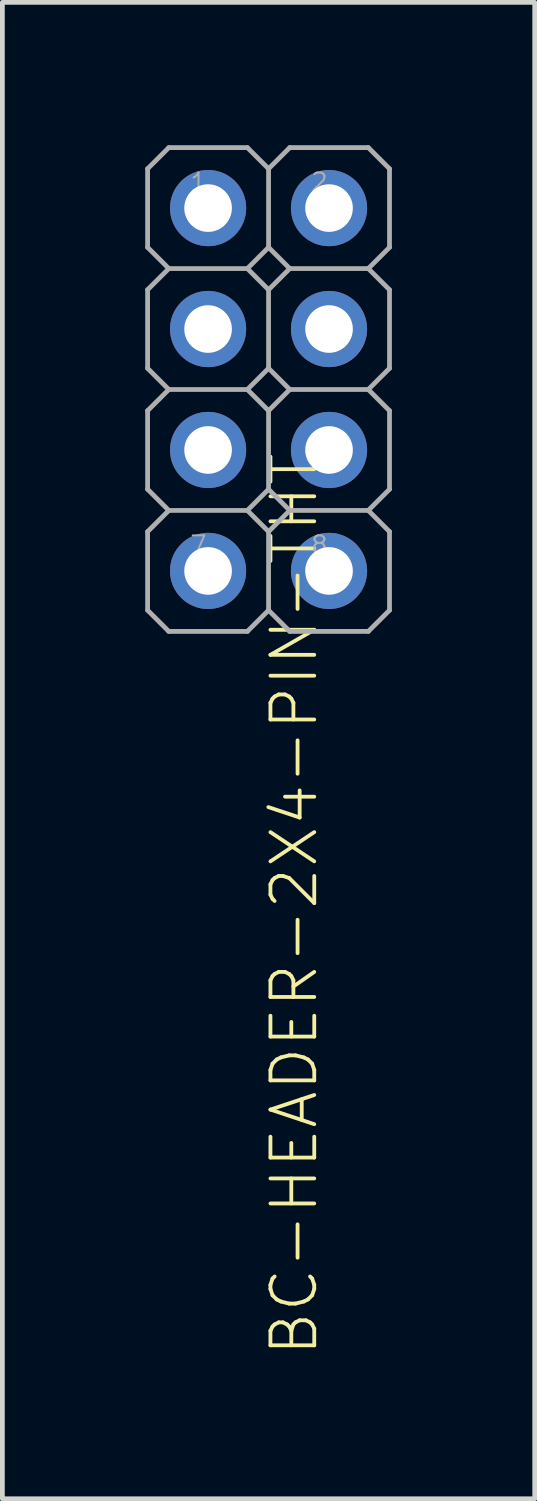
<source format=kicad_pcb>
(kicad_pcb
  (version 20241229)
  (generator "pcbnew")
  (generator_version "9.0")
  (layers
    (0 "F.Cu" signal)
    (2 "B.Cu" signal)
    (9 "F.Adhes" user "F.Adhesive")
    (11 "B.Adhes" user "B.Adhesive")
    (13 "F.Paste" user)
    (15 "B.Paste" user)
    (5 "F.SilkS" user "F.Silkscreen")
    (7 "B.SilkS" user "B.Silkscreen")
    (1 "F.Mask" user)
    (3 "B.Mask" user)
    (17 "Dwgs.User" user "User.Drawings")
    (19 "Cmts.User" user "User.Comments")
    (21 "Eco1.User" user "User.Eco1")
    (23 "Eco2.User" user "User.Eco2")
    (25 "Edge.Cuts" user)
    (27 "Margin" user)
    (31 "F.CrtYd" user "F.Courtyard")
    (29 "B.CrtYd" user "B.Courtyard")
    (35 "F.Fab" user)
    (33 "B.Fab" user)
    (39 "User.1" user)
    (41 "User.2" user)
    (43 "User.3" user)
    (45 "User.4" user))
  (footprint "BC-HEADER-2X4-PIN-THT"
    (layer "F.Cu")
    (at 2.59 5.13)
    (property "Reference" "BC-HEADER-2X4-PIN-THT" (at 0 1.27 90) (unlocked yes) (layer "F.SilkS") (effects (font (size 0.92 0.92) (thickness 0.08)) (justify right top)))
    (fp_line (start -2.54 -4.636) (end -2.54 -2.985) (stroke (width 0.1) (type solid)) (layer "F.Fab"))
    (fp_line (start -2.54 -2.985) (end -2.095 -2.54) (stroke (width 0.1) (type solid)) (layer "F.Fab"))
    (fp_line (start -2.54 -2.095) (end -2.54 -0.445) (stroke (width 0.1) (type solid)) (layer "F.Fab"))
    (fp_line (start -2.54 -0.445) (end -2.095 0) (stroke (width 0.1) (type solid)) (layer "F.Fab"))
    (fp_line (start -2.54 0.445) (end -2.54 2.095) (stroke (width 0.1) (type solid)) (layer "F.Fab"))
    (fp_line (start -2.54 2.095) (end -2.095 2.54) (stroke (width 0.1) (type solid)) (layer "F.Fab"))
    (fp_line (start -2.54 2.985) (end -2.54 4.636) (stroke (width 0.1) (type solid)) (layer "F.Fab"))
    (fp_line (start -2.54 4.636) (end -2.095 5.08) (stroke (width 0.1) (type solid)) (layer "F.Fab"))
    (fp_line (start -2.095 -5.08) (end -2.54 -4.636) (stroke (width 0.1) (type solid)) (layer "F.Fab"))
    (fp_line (start -2.095 -5.08) (end -0.445 -5.08) (stroke (width 0.1) (type solid)) (layer "F.Fab"))
    (fp_line (start -2.095 -2.54) (end -2.54 -2.095) (stroke (width 0.1) (type solid)) (layer "F.Fab"))
    (fp_line (start -2.095 -2.54) (end -0.445 -2.54) (stroke (width 0.1) (type solid)) (layer "F.Fab"))
    (fp_line (start -2.095 0) (end -2.54 0.445) (stroke (width 0.1) (type solid)) (layer "F.Fab"))
    (fp_line (start -2.095 0) (end -0.445 0) (stroke (width 0.1) (type solid)) (layer "F.Fab"))
    (fp_line (start -2.095 2.54) (end -2.54 2.985) (stroke (width 0.1) (type solid)) (layer "F.Fab"))
    (fp_line (start -2.095 2.54) (end -0.445 2.54) (stroke (width 0.1) (type solid)) (layer "F.Fab"))
    (fp_line (start -2.095 5.08) (end -0.445 5.08) (stroke (width 0.1) (type solid)) (layer "F.Fab"))
    (fp_line (start -1.58 -4.12) (end -1.58 -3.5) (stroke (width 0.1) (type solid)) (layer "F.Fab"))
    (fp_line (start -1.58 -3.5) (end -0.96 -3.5) (stroke (width 0.1) (type solid)) (layer "F.Fab"))
    (fp_line (start -1.58 -1.58) (end -1.58 -0.96) (stroke (width 0.1) (type solid)) (layer "F.Fab"))
    (fp_line (start -1.58 -0.96) (end -0.96 -0.96) (stroke (width 0.1) (type solid)) (layer "F.Fab"))
    (fp_line (start -1.58 0.96) (end -1.58 1.58) (stroke (width 0.1) (type solid)) (layer "F.Fab"))
    (fp_line (start -1.58 1.58) (end -0.96 1.58) (stroke (width 0.1) (type solid)) (layer "F.Fab"))
    (fp_line (start -1.58 3.5) (end -1.58 4.12) (stroke (width 0.1) (type solid)) (layer "F.Fab"))
    (fp_line (start -1.58 4.12) (end -0.96 4.12) (stroke (width 0.1) (type solid)) (layer "F.Fab"))
    (fp_line (start -0.96 -4.12) (end -1.58 -4.12) (stroke (width 0.1) (type solid)) (layer "F.Fab"))
    (fp_line (start -0.96 -3.5) (end -0.96 -4.12) (stroke (width 0.1) (type solid)) (layer "F.Fab"))
    (fp_line (start -0.96 -1.58) (end -1.58 -1.58) (stroke (width 0.1) (type solid)) (layer "F.Fab"))
    (fp_line (start -0.96 -0.96) (end -0.96 -1.58) (stroke (width 0.1) (type solid)) (layer "F.Fab"))
    (fp_line (start -0.96 0.96) (end -1.58 0.96) (stroke (width 0.1) (type solid)) (layer "F.Fab"))
    (fp_line (start -0.96 1.58) (end -0.96 0.96) (stroke (width 0.1) (type solid)) (layer "F.Fab"))
    (fp_line (start -0.96 3.5) (end -1.58 3.5) (stroke (width 0.1) (type solid)) (layer "F.Fab"))
    (fp_line (start -0.96 4.12) (end -0.96 3.5) (stroke (width 0.1) (type solid)) (layer "F.Fab"))
    (fp_line (start -0.445 -2.54) (end 0 -2.985) (stroke (width 0.1) (type solid)) (layer "F.Fab"))
    (fp_line (start -0.445 0) (end 0 -0.445) (stroke (width 0.1) (type solid)) (layer "F.Fab"))
    (fp_line (start -0.445 2.54) (end 0 2.095) (stroke (width 0.1) (type solid)) (layer "F.Fab"))
    (fp_line (start -0.445 5.08) (end 0 4.636) (stroke (width 0.1) (type solid)) (layer "F.Fab"))
    (fp_line (start 0 -4.636) (end -0.445 -5.08) (stroke (width 0.1) (type solid)) (layer "F.Fab"))
    (fp_line (start 0 -4.636) (end 0 -2.985) (stroke (width 0.1) (type solid)) (layer "F.Fab"))
    (fp_line (start 0 -2.985) (end 0.445 -2.54) (stroke (width 0.1) (type solid)) (layer "F.Fab"))
    (fp_line (start 0 -2.095) (end -0.445 -2.54) (stroke (width 0.1) (type solid)) (layer "F.Fab"))
    (fp_line (start 0 -2.095) (end 0 -0.445) (stroke (width 0.1) (type solid)) (layer "F.Fab"))
    (fp_line (start 0 -0.445) (end 0.445 0) (stroke (width 0.1) (type solid)) (layer "F.Fab"))
    (fp_line (start 0 0.445) (end -0.445 0) (stroke (width 0.1) (type solid)) (layer "F.Fab"))
    (fp_line (start 0 0.445) (end 0 2.095) (stroke (width 0.1) (type solid)) (layer "F.Fab"))
    (fp_line (start 0 2.095) (end 0.445 2.54) (stroke (width 0.1) (type solid)) (layer "F.Fab"))
    (fp_line (start 0 2.985) (end -0.445 2.54) (stroke (width 0.1) (type solid)) (layer "F.Fab"))
    (fp_line (start 0 2.985) (end 0 4.636) (stroke (width 0.1) (type solid)) (layer "F.Fab"))
    (fp_line (start 0 4.636) (end 0.445 5.08) (stroke (width 0.1) (type solid)) (layer "F.Fab"))
    (fp_line (start 0.445 -5.08) (end 0 -4.636) (stroke (width 0.1) (type solid)) (layer "F.Fab"))
    (fp_line (start 0.445 -5.08) (end 2.095 -5.08) (stroke (width 0.1) (type solid)) (layer "F.Fab"))
    (fp_line (start 0.445 -2.54) (end 0 -2.095) (stroke (width 0.1) (type solid)) (layer "F.Fab"))
    (fp_line (start 0.445 -2.54) (end 2.095 -2.54) (stroke (width 0.1) (type solid)) (layer "F.Fab"))
    (fp_line (start 0.445 0) (end 0 0.445) (stroke (width 0.1) (type solid)) (layer "F.Fab"))
    (fp_line (start 0.445 0) (end 2.095 0) (stroke (width 0.1) (type solid)) (layer "F.Fab"))
    (fp_line (start 0.445 2.54) (end 0 2.985) (stroke (width 0.1) (type solid)) (layer "F.Fab"))
    (fp_line (start 0.445 2.54) (end 2.095 2.54) (stroke (width 0.1) (type solid)) (layer "F.Fab"))
    (fp_line (start 0.445 5.08) (end 2.095 5.08) (stroke (width 0.1) (type solid)) (layer "F.Fab"))
    (fp_line (start 0.96 -4.12) (end 0.96 -3.5) (stroke (width 0.1) (type solid)) (layer "F.Fab"))
    (fp_line (start 0.96 -3.5) (end 1.58 -3.5) (stroke (width 0.1) (type solid)) (layer "F.Fab"))
    (fp_line (start 0.96 -1.58) (end 0.96 -0.96) (stroke (width 0.1) (type solid)) (layer "F.Fab"))
    (fp_line (start 0.96 -0.96) (end 1.58 -0.96) (stroke (width 0.1) (type solid)) (layer "F.Fab"))
    (fp_line (start 0.96 0.96) (end 0.96 1.58) (stroke (width 0.1) (type solid)) (layer "F.Fab"))
    (fp_line (start 0.96 1.58) (end 1.58 1.58) (stroke (width 0.1) (type solid)) (layer "F.Fab"))
    (fp_line (start 0.96 3.5) (end 0.96 4.12) (stroke (width 0.1) (type solid)) (layer "F.Fab"))
    (fp_line (start 0.96 4.12) (end 1.58 4.12) (stroke (width 0.1) (type solid)) (layer "F.Fab"))
    (fp_line (start 1.58 -4.12) (end 0.96 -4.12) (stroke (width 0.1) (type solid)) (layer "F.Fab"))
    (fp_line (start 1.58 -3.5) (end 1.58 -4.12) (stroke (width 0.1) (type solid)) (layer "F.Fab"))
    (fp_line (start 1.58 -1.58) (end 0.96 -1.58) (stroke (width 0.1) (type solid)) (layer "F.Fab"))
    (fp_line (start 1.58 -0.96) (end 1.58 -1.58) (stroke (width 0.1) (type solid)) (layer "F.Fab"))
    (fp_line (start 1.58 0.96) (end 0.96 0.96) (stroke (width 0.1) (type solid)) (layer "F.Fab"))
    (fp_line (start 1.58 1.58) (end 1.58 0.96) (stroke (width 0.1) (type solid)) (layer "F.Fab"))
    (fp_line (start 1.58 3.5) (end 0.96 3.5) (stroke (width 0.1) (type solid)) (layer "F.Fab"))
    (fp_line (start 1.58 4.12) (end 1.58 3.5) (stroke (width 0.1) (type solid)) (layer "F.Fab"))
    (fp_line (start 2.095 -2.54) (end 2.54 -2.985) (stroke (width 0.1) (type solid)) (layer "F.Fab"))
    (fp_line (start 2.095 0) (end 2.54 -0.445) (stroke (width 0.1) (type solid)) (layer "F.Fab"))
    (fp_line (start 2.095 2.54) (end 2.54 2.095) (stroke (width 0.1) (type solid)) (layer "F.Fab"))
    (fp_line (start 2.095 5.08) (end 2.54 4.636) (stroke (width 0.1) (type solid)) (layer "F.Fab"))
    (fp_line (start 2.54 -4.636) (end 2.095 -5.08) (stroke (width 0.1) (type solid)) (layer "F.Fab"))
    (fp_line (start 2.54 -2.985) (end 2.54 -4.636) (stroke (width 0.1) (type solid)) (layer "F.Fab"))
    (fp_line (start 2.54 -2.095) (end 2.095 -2.54) (stroke (width 0.1) (type solid)) (layer "F.Fab"))
    (fp_line (start 2.54 -0.445) (end 2.54 -2.095) (stroke (width 0.1) (type solid)) (layer "F.Fab"))
    (fp_line (start 2.54 0.445) (end 2.095 0) (stroke (width 0.1) (type solid)) (layer "F.Fab"))
    (fp_line (start 2.54 2.095) (end 2.54 0.445) (stroke (width 0.1) (type solid)) (layer "F.Fab"))
    (fp_line (start 2.54 2.985) (end 2.095 2.54) (stroke (width 0.1) (type solid)) (layer "F.Fab"))
    (fp_line (start 2.54 4.636) (end 2.54 2.985) (stroke (width 0.1) (type solid)) (layer "F.Fab"))
    (fp_text user "7" (at -1.27 3.048 0) (layer "F.Fab") (effects (font (size 0.366 0.366) (thickness 0.041)) (justify right top)))
    (fp_text user "2" (at 1.27 -4.572 0) (layer "F.Fab") (effects (font (size 0.366 0.366) (thickness 0.041)) (justify right top)))
    (fp_text user "1" (at -1.27 -4.572 0) (layer "F.Fab") (effects (font (size 0.366 0.366) (thickness 0.041)) (justify right top)))
    (fp_text user "8" (at 1.27 3.048 0) (layer "F.Fab") (effects (font (size 0.366 0.366) (thickness 0.041)) (justify right top)))
    (pad "1" thru_hole circle (at -1.27 -3.81 180) (size 1.6 1.6) (drill 1) (layers "*.Cu" "*.Mask"))
    (pad "2" thru_hole circle (at 1.27 -3.81 180) (size 1.6 1.6) (drill 1) (layers "*.Cu" "*.Mask"))
    (pad "3" thru_hole circle (at -1.27 -1.27 180) (size 1.6 1.6) (drill 1) (layers "*.Cu" "*.Mask"))
    (pad "4" thru_hole circle (at 1.27 -1.27 180) (size 1.6 1.6) (drill 1) (layers "*.Cu" "*.Mask"))
    (pad "5" thru_hole circle (at -1.27 1.27 180) (size 1.6 1.6) (drill 1) (layers "*.Cu" "*.Mask"))
    (pad "6" thru_hole circle (at 1.27 1.27 180) (size 1.6 1.6) (drill 1) (layers "*.Cu" "*.Mask"))
    (pad "7" thru_hole circle (at -1.27 3.81 180) (size 1.6 1.6) (drill 1) (layers "*.Cu" "*.Mask"))
    (pad "8" thru_hole circle (at 1.27 3.81 180) (size 1.6 1.6) (drill 1) (layers "*.Cu" "*.Mask")))
  (gr_rect
    (start -3 -3)
    (end 8.18 28.426)
    (stroke (width 0.1) (type default))
    (fill no)
    (layer "Edge.Cuts")))
</source>
